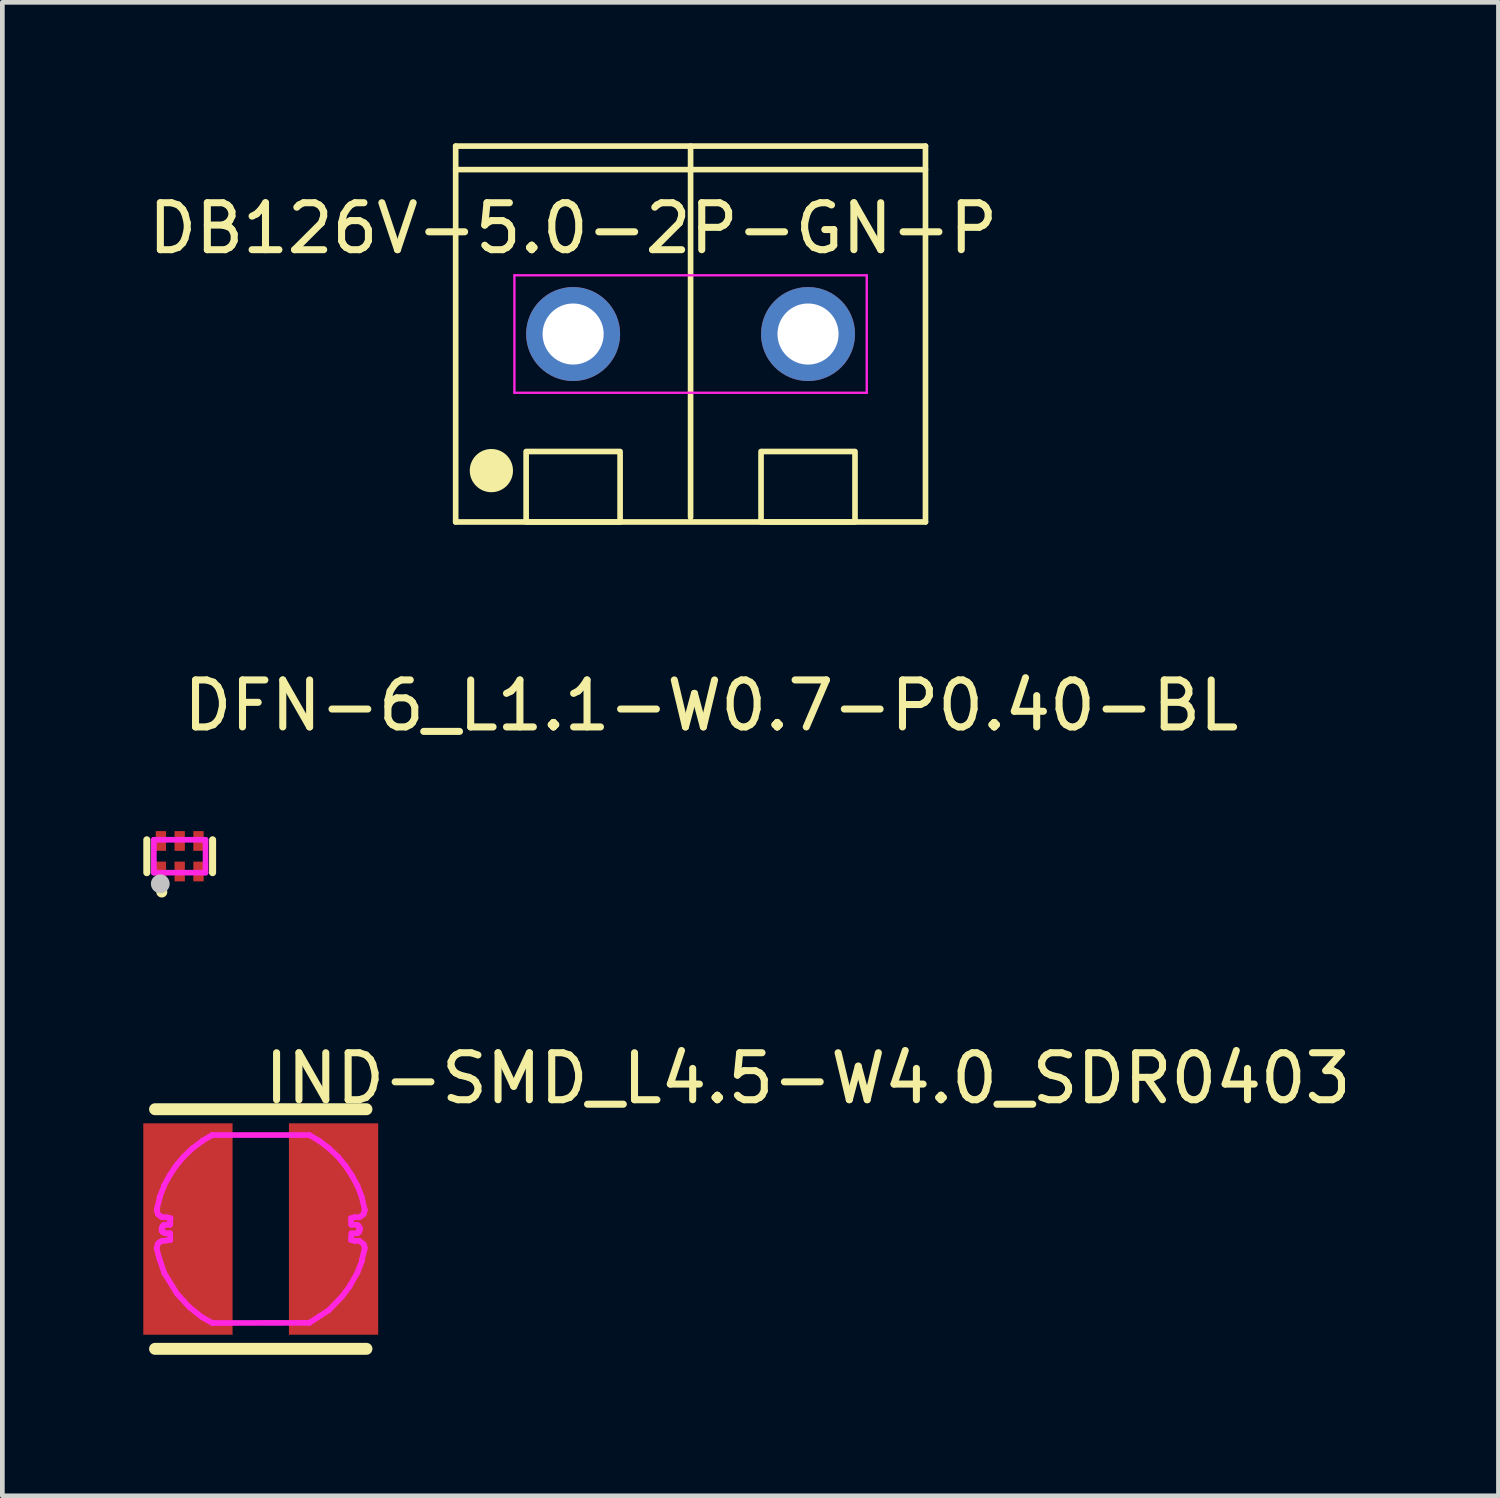
<source format=kicad_pcb>
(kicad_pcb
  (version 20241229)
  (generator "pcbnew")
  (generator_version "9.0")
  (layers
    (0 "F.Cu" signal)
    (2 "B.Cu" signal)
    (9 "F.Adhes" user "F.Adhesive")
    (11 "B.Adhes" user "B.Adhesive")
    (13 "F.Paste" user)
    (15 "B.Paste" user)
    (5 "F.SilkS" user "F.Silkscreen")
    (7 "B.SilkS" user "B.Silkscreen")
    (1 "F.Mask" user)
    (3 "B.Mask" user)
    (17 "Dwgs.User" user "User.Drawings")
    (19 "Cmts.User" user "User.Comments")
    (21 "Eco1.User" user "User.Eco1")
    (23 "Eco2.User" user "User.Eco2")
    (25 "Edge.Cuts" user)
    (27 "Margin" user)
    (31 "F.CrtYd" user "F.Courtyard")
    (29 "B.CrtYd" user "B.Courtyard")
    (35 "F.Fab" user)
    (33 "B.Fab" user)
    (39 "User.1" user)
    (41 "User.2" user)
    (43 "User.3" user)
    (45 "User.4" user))
  (footprint "DFN-6_L1.1-W0.7-P0.40-BL"
    (layer "F.Cu")
    (at 0.775 15.175)
    (property "Reference" "DFN-6_L1.1-W0.7-P0.40-BL" (at 0 -3.207 0) (layer "F.SilkS") (effects (font (size 1 1) (thickness 0.15)) (justify left)))
    (attr through_hole)
    (fp_line (start -0.7 -0.35) (end -0.7 0.35) (stroke (width 0.15) (type solid)) (layer "F.SilkS"))
    (fp_line (start 0.7 -0.35) (end 0.7 0.35) (stroke (width 0.15) (type solid)) (layer "F.SilkS"))
    (fp_circle (center -0.381 0.762) (end -0.313 0.762) (stroke (width 0.1) (type solid)) (fill no) (layer "F.SilkS"))
    (fp_circle (center -0.413 0.587) (end -0.313 0.587) (stroke (width 0.2) (type solid)) (fill no) (layer "Dwgs.User"))
    (fp_circle (center -0.55 0.361) (end -0.52 0.361) (stroke (width 0.06) (type solid)) (fill no) (layer "Eco2.User"))
    (fp_poly (pts (xy -0.3 -0.364) (xy -0.3 -0.114) (xy -0.5 -0.114) (xy -0.5 -0.364)) (stroke (width 0.12) (type solid)) (fill no) (layer "Eco2.User"))
    (fp_poly (pts (xy -0.3 0.111) (xy -0.3 0.361) (xy -0.5 0.361) (xy -0.5 0.111)) (stroke (width 0.12) (type solid)) (fill no) (layer "Eco2.User"))
    (fp_poly (pts (xy 0.1 -0.364) (xy 0.1 -0.114) (xy -0.1 -0.114) (xy -0.1 -0.364)) (stroke (width 0.12) (type solid)) (fill no) (layer "Eco2.User"))
    (fp_poly (pts (xy 0.1 0.111) (xy 0.1 0.361) (xy -0.1 0.361) (xy -0.1 0.111)) (stroke (width 0.12) (type solid)) (fill no) (layer "Eco2.User"))
    (fp_poly (pts (xy 0.5 -0.364) (xy 0.5 -0.114) (xy 0.3 -0.114) (xy 0.3 -0.364)) (stroke (width 0.12) (type solid)) (fill no) (layer "Eco2.User"))
    (fp_poly (pts (xy 0.5 0.111) (xy 0.5 0.361) (xy 0.3 0.361) (xy 0.3 0.111)) (stroke (width 0.12) (type solid)) (fill no) (layer "Eco2.User"))
    (fp_line (start -0.55 -0.35) (end 0.55 -0.35) (stroke (width 0.12) (type solid)) (layer "F.CrtYd"))
    (fp_line (start -0.55 0.35) (end -0.55 -0.35) (stroke (width 0.12) (type solid)) (layer "F.CrtYd"))
    (fp_line (start 0.55 -0.35) (end 0.55 0.35) (stroke (width 0.12) (type solid)) (layer "F.CrtYd"))
    (fp_line (start 0.55 0.35) (end -0.55 0.35) (stroke (width 0.12) (type solid)) (layer "F.CrtYd"))
    (pad "1" smd rect (at -0.4 0.325 90) (size 0.42 0.22) (layers "F.Cu" "F.Mask" "F.Paste"))
    (pad "2" smd rect (at 0 0.325 90) (size 0.42 0.22) (layers "F.Cu" "F.Mask" "F.Paste"))
    (pad "3" smd rect (at 0.4 0.325 90) (size 0.42 0.22) (layers "F.Cu" "F.Mask" "F.Paste"))
    (pad "4" smd rect (at 0.4 -0.325 90) (size 0.42 0.22) (layers "F.Cu" "F.Mask" "F.Paste"))
    (pad "5" smd rect (at 0 -0.325 90) (size 0.42 0.22) (layers "F.Cu" "F.Mask" "F.Paste"))
    (pad "6" smd rect (at -0.4 -0.325 90) (size 0.42 0.22) (layers "F.Cu" "F.Mask" "F.Paste")))
  (footprint "IND-SMD_L4.5-W4.0_SDR0403"
    (layer "F.Cu")
    (at 2.5 23.11)
    (property "Reference" "IND-SMD_L4.5-W4.0_SDR0403" (at 0 -3.207 0) (layer "F.SilkS") (effects (font (size 1 1) (thickness 0.15)) (justify left)))
    (attr through_hole)
    (fp_line (start -2.25 -2.55) (end 2.25 -2.55) (stroke (width 0.254) (type solid)) (layer "F.SilkS"))
    (fp_line (start 2.25 2.55) (end -2.25 2.55) (stroke (width 0.254) (type solid)) (layer "F.SilkS"))
    (fp_circle (center -2.23 2) (end -2.2 2) (stroke (width 0.06) (type solid)) (fill no) (layer "Eco2.User"))
    (fp_poly (pts (xy -0.73 2) (xy -1.04 2) (xy -1.31 1.82) (xy -1.58 1.6) (xy -1.86 1.27) (xy -2.07 0.9) (xy -2.23 0.37) (xy -2.22 -0.37) (xy -2.14 -0.72) (xy -2.02 -1.01) (xy -1.85 -1.27) (xy -1.65 -1.52) (xy -1.39 -1.77) (xy -1.03 -2) (xy -0.73 -2)) (stroke (width 0.12) (type solid)) (fill no) (layer "Eco2.User"))
    (fp_poly (pts (xy 0.73 -2) (xy 1.04 -2) (xy 1.31 -1.82) (xy 1.58 -1.6) (xy 1.86 -1.27) (xy 2.07 -0.9) (xy 2.23 -0.37) (xy 2.22 0.37) (xy 2.14 0.72) (xy 2.02 1.01) (xy 1.85 1.27) (xy 1.65 1.52) (xy 1.39 1.77) (xy 1.03 2) (xy 0.73 2)) (stroke (width 0.12) (type solid)) (fill no) (layer "Eco2.User"))
    (fp_line (start -2.216 0.41) (end -2.195 0.326) (stroke (width 0.12) (type solid)) (layer "F.CrtYd"))
    (fp_line (start -2.21 -0.389) (end -2.209 -0.43) (stroke (width 0.12) (type solid)) (layer "F.CrtYd"))
    (fp_line (start -2.209 -0.43) (end -2.151 -0.668) (stroke (width 0.12) (type solid)) (layer "F.CrtYd"))
    (fp_line (start -2.195 0.326) (end -2.165 0.288) (stroke (width 0.12) (type solid)) (layer "F.CrtYd"))
    (fp_line (start -2.19 -0.32) (end -2.21 -0.389) (stroke (width 0.12) (type solid)) (layer "F.CrtYd"))
    (fp_line (start -2.165 0.288) (end -2.107 0.255) (stroke (width 0.12) (type solid)) (layer "F.CrtYd"))
    (fp_line (start -2.162 0.618) (end -2.216 0.41) (stroke (width 0.12) (type solid)) (layer "F.CrtYd"))
    (fp_line (start -2.16 -0.29) (end -2.19 -0.32) (stroke (width 0.12) (type solid)) (layer "F.CrtYd"))
    (fp_line (start -2.152 -0.68) (end -2.06 -0.909) (stroke (width 0.12) (type solid)) (layer "F.CrtYd"))
    (fp_line (start -2.151 -0.668) (end -2.152 -0.68) (stroke (width 0.12) (type solid)) (layer "F.CrtYd"))
    (fp_line (start -2.11 0.031) (end -2.109 -0.03) (stroke (width 0.12) (type solid)) (layer "F.CrtYd"))
    (fp_line (start -2.109 -0.03) (end -2.081 -0.06) (stroke (width 0.12) (type solid)) (layer "F.CrtYd"))
    (fp_line (start -2.107 0.255) (end -2 0.244) (stroke (width 0.12) (type solid)) (layer "F.CrtYd"))
    (fp_line (start -2.1 -0.251) (end -2.16 -0.29) (stroke (width 0.12) (type solid)) (layer "F.CrtYd"))
    (fp_line (start -2.099 0.04) (end -2.11 0.031) (stroke (width 0.12) (type solid)) (layer "F.CrtYd"))
    (fp_line (start -2.089 0.06) (end -2.099 0.04) (stroke (width 0.12) (type solid)) (layer "F.CrtYd"))
    (fp_line (start -2.081 -0.06) (end -2.08 -0.069) (stroke (width 0.12) (type solid)) (layer "F.CrtYd"))
    (fp_line (start -2.08 -0.069) (end -2.07 -0.071) (stroke (width 0.12) (type solid)) (layer "F.CrtYd"))
    (fp_line (start -2.078 0.06) (end -2.089 0.06) (stroke (width 0.12) (type solid)) (layer "F.CrtYd"))
    (fp_line (start -2.07 -0.071) (end -2.069 -0.081) (stroke (width 0.12) (type solid)) (layer "F.CrtYd"))
    (fp_line (start -2.069 -0.081) (end -2.05 -0.09) (stroke (width 0.12) (type solid)) (layer "F.CrtYd"))
    (fp_line (start -2.06 -0.921) (end -1.941 -1.138) (stroke (width 0.12) (type solid)) (layer "F.CrtYd"))
    (fp_line (start -2.06 -0.909) (end -2.06 -0.921) (stroke (width 0.12) (type solid)) (layer "F.CrtYd"))
    (fp_line (start -2.058 0.08) (end -2.078 0.06) (stroke (width 0.12) (type solid)) (layer "F.CrtYd"))
    (fp_line (start -2.053 0.938) (end -2.162 0.618) (stroke (width 0.12) (type solid)) (layer "F.CrtYd"))
    (fp_line (start -2.05 -0.09) (end -1.929 -0.091) (stroke (width 0.12) (type solid)) (layer "F.CrtYd"))
    (fp_line (start -2.04 0.09) (end -2.058 0.08) (stroke (width 0.12) (type solid)) (layer "F.CrtYd"))
    (fp_line (start -2.001 -0.25) (end -2.1 -0.251) (stroke (width 0.12) (type solid)) (layer "F.CrtYd"))
    (fp_line (start -2 0.244) (end -1.924 0.232) (stroke (width 0.12) (type solid)) (layer "F.CrtYd"))
    (fp_line (start -1.941 -1.138) (end -1.799 -1.352) (stroke (width 0.12) (type solid)) (layer "F.CrtYd"))
    (fp_line (start -1.931 0.089) (end -2.04 0.09) (stroke (width 0.12) (type solid)) (layer "F.CrtYd"))
    (fp_line (start -1.93 -0.163) (end -1.921 -0.23) (stroke (width 0.12) (type solid)) (layer "F.CrtYd"))
    (fp_line (start -1.929 -0.091) (end -1.93 -0.163) (stroke (width 0.12) (type solid)) (layer "F.CrtYd"))
    (fp_line (start -1.924 0.232) (end -1.931 0.089) (stroke (width 0.12) (type solid)) (layer "F.CrtYd"))
    (fp_line (start -1.921 -0.23) (end -2.001 -0.25) (stroke (width 0.12) (type solid)) (layer "F.CrtYd"))
    (fp_line (start -1.799 -1.352) (end -1.64 -1.54) (stroke (width 0.12) (type solid)) (layer "F.CrtYd"))
    (fp_line (start -1.779 1.38) (end -2.053 0.938) (stroke (width 0.12) (type solid)) (layer "F.CrtYd"))
    (fp_line (start -1.64 -1.54) (end -1.453 -1.719) (stroke (width 0.12) (type solid)) (layer "F.CrtYd"))
    (fp_line (start -1.52 1.662) (end -1.779 1.38) (stroke (width 0.12) (type solid)) (layer "F.CrtYd"))
    (fp_line (start -1.453 -1.719) (end -1.245 -1.873) (stroke (width 0.12) (type solid)) (layer "F.CrtYd"))
    (fp_line (start -1.253 1.875) (end -1.52 1.662) (stroke (width 0.12) (type solid)) (layer "F.CrtYd"))
    (fp_line (start -1.245 -1.873) (end -1.24 -1.88) (stroke (width 0.12) (type solid)) (layer "F.CrtYd"))
    (fp_line (start -1.24 -1.88) (end -1.032 -2.001) (stroke (width 0.12) (type solid)) (layer "F.CrtYd"))
    (fp_line (start -1.032 -2.001) (end -1.032 -2.001) (stroke (width 0.12) (type solid)) (layer "F.CrtYd"))
    (fp_line (start -1.032 -2.001) (end 1.035 -2.001) (stroke (width 0.12) (type solid)) (layer "F.CrtYd"))
    (fp_line (start -1.032 2) (end -1.253 1.875) (stroke (width 0.12) (type solid)) (layer "F.CrtYd"))
    (fp_line (start 1.033 1.997) (end -1.032 2) (stroke (width 0.12) (type solid)) (layer "F.CrtYd"))
    (fp_line (start 1.035 -2.001) (end 1.246 -1.876) (stroke (width 0.12) (type solid)) (layer "F.CrtYd"))
    (fp_line (start 1.246 -1.876) (end 1.447 -1.724) (stroke (width 0.12) (type solid)) (layer "F.CrtYd"))
    (fp_line (start 1.447 -1.724) (end 1.648 -1.534) (stroke (width 0.12) (type solid)) (layer "F.CrtYd"))
    (fp_line (start 1.449 1.728) (end 1.033 1.997) (stroke (width 0.12) (type solid)) (layer "F.CrtYd"))
    (fp_line (start 1.648 -1.534) (end 1.804 -1.343) (stroke (width 0.12) (type solid)) (layer "F.CrtYd"))
    (fp_line (start 1.729 1.438) (end 1.449 1.728) (stroke (width 0.12) (type solid)) (layer "F.CrtYd"))
    (fp_line (start 1.804 -1.343) (end 1.943 -1.134) (stroke (width 0.12) (type solid)) (layer "F.CrtYd"))
    (fp_line (start 1.889 1.225) (end 1.729 1.438) (stroke (width 0.12) (type solid)) (layer "F.CrtYd"))
    (fp_line (start 1.919 -0.229) (end 1.928 -0.09) (stroke (width 0.12) (type solid)) (layer "F.CrtYd"))
    (fp_line (start 1.919 0.232) (end 2.003 0.253) (stroke (width 0.12) (type solid)) (layer "F.CrtYd"))
    (fp_line (start 1.928 -0.09) (end 2.043 -0.09) (stroke (width 0.12) (type solid)) (layer "F.CrtYd"))
    (fp_line (start 1.928 0.154) (end 1.919 0.232) (stroke (width 0.12) (type solid)) (layer "F.CrtYd"))
    (fp_line (start 1.931 0.092) (end 1.928 0.154) (stroke (width 0.12) (type solid)) (layer "F.CrtYd"))
    (fp_line (start 1.943 -1.134) (end 2.059 -0.919) (stroke (width 0.12) (type solid)) (layer "F.CrtYd"))
    (fp_line (start 1.994 -0.251) (end 1.919 -0.229) (stroke (width 0.12) (type solid)) (layer "F.CrtYd"))
    (fp_line (start 2.003 0.253) (end 2.096 0.25) (stroke (width 0.12) (type solid)) (layer "F.CrtYd"))
    (fp_line (start 2.043 -0.09) (end 2.062 -0.078) (stroke (width 0.12) (type solid)) (layer "F.CrtYd"))
    (fp_line (start 2.055 0.092) (end 1.931 0.092) (stroke (width 0.12) (type solid)) (layer "F.CrtYd"))
    (fp_line (start 2.058 0.928) (end 1.889 1.225) (stroke (width 0.12) (type solid)) (layer "F.CrtYd"))
    (fp_line (start 2.059 -0.919) (end 2.15 -0.681) (stroke (width 0.12) (type solid)) (layer "F.CrtYd"))
    (fp_line (start 2.062 -0.078) (end 2.069 -0.081) (stroke (width 0.12) (type solid)) (layer "F.CrtYd"))
    (fp_line (start 2.068 0.069) (end 2.055 0.092) (stroke (width 0.12) (type solid)) (layer "F.CrtYd"))
    (fp_line (start 2.069 -0.081) (end 2.079 -0.068) (stroke (width 0.12) (type solid)) (layer "F.CrtYd"))
    (fp_line (start 2.079 -0.068) (end 2.081 -0.055) (stroke (width 0.12) (type solid)) (layer "F.CrtYd"))
    (fp_line (start 2.081 -0.055) (end 2.098 -0.043) (stroke (width 0.12) (type solid)) (layer "F.CrtYd"))
    (fp_line (start 2.091 0.063) (end 2.068 0.069) (stroke (width 0.12) (type solid)) (layer "F.CrtYd"))
    (fp_line (start 2.092 0.05) (end 2.091 0.063) (stroke (width 0.12) (type solid)) (layer "F.CrtYd"))
    (fp_line (start 2.096 0.25) (end 2.191 0.322) (stroke (width 0.12) (type solid)) (layer "F.CrtYd"))
    (fp_line (start 2.098 -0.043) (end 2.098 -0.03) (stroke (width 0.12) (type solid)) (layer "F.CrtYd"))
    (fp_line (start 2.098 -0.03) (end 2.114 -0.011) (stroke (width 0.12) (type solid)) (layer "F.CrtYd"))
    (fp_line (start 2.101 -0.251) (end 1.994 -0.251) (stroke (width 0.12) (type solid)) (layer "F.CrtYd"))
    (fp_line (start 2.11 0.018) (end 2.092 0.05) (stroke (width 0.12) (type solid)) (layer "F.CrtYd"))
    (fp_line (start 2.114 -0.011) (end 2.11 0.018) (stroke (width 0.12) (type solid)) (layer "F.CrtYd"))
    (fp_line (start 2.15 -0.681) (end 2.213 -0.412) (stroke (width 0.12) (type solid)) (layer "F.CrtYd"))
    (fp_line (start 2.15 0.666) (end 2.152 0.684) (stroke (width 0.12) (type solid)) (layer "F.CrtYd"))
    (fp_line (start 2.152 0.684) (end 2.058 0.928) (stroke (width 0.12) (type solid)) (layer "F.CrtYd"))
    (fp_line (start 2.189 -0.316) (end 2.101 -0.251) (stroke (width 0.12) (type solid)) (layer "F.CrtYd"))
    (fp_line (start 2.191 0.322) (end 2.213 0.394) (stroke (width 0.12) (type solid)) (layer "F.CrtYd"))
    (fp_line (start 2.196 -0.337) (end 2.189 -0.316) (stroke (width 0.12) (type solid)) (layer "F.CrtYd"))
    (fp_line (start 2.21 0.429) (end 2.15 0.666) (stroke (width 0.12) (type solid)) (layer "F.CrtYd"))
    (fp_line (start 2.211 -0.392) (end 2.196 -0.337) (stroke (width 0.12) (type solid)) (layer "F.CrtYd"))
    (fp_line (start 2.213 -0.412) (end 2.211 -0.392) (stroke (width 0.12) (type solid)) (layer "F.CrtYd"))
    (fp_line (start 2.213 0.394) (end 2.21 0.429) (stroke (width 0.12) (type solid)) (layer "F.CrtYd"))
    (pad "1" smd rect (at -1.55 0 90) (size 4.5 1.9) (layers "F.Cu" "F.Mask" "F.Paste"))
    (pad "2" smd rect (at 1.55 0 90) (size 4.5 1.9) (layers "F.Cu" "F.Mask" "F.Paste")))
  (footprint "DB126V-5.0-2P-GN-P"
    (layer "F.Cu")
    (at 11.649 4.06)
    (property "Reference" "DB126V-5.0-2P-GN-P" (at -2.5 -2.25 0) (layer "F.SilkS") (effects (font (size 1 1) (thickness 0.15))))
    (fp_line (start -5 -4) (end 5 -4) (stroke (width 0.12) (type solid)) (layer "F.SilkS"))
    (fp_line (start -5 -3.5) (end 5 -3.5) (stroke (width 0.12) (type solid)) (layer "F.SilkS"))
    (fp_line (start -5 4) (end -5 -4) (stroke (width 0.12) (type solid)) (layer "F.SilkS"))
    (fp_line (start 0 -4) (end 0 3.9) (stroke (width 0.12) (type solid)) (layer "F.SilkS"))
    (fp_line (start 5 -4) (end 5 4) (stroke (width 0.12) (type solid)) (layer "F.SilkS"))
    (fp_line (start 5 4) (end -5 4) (stroke (width 0.12) (type solid)) (layer "F.SilkS"))
    (fp_rect (start -3.5 4) (end -1.5 2.5) (stroke (width 0.12) (type solid)) (fill no) (layer "F.SilkS"))
    (fp_rect (start 1.5 4) (end 3.5 2.5) (stroke (width 0.12) (type solid)) (fill no) (layer "F.SilkS"))
    (fp_circle (center -4.24 2.907) (end -3.84 2.907) (stroke (width 0.12) (type solid)) (fill yes) (layer "F.SilkS"))
    (fp_line (start -3.75 -1.25) (end 3.75 -1.25) (stroke (width 0.05) (type solid)) (layer "F.CrtYd"))
    (fp_line (start -3.75 1.25) (end -3.75 -1.25) (stroke (width 0.05) (type solid)) (layer "F.CrtYd"))
    (fp_line (start 3.75 -1.25) (end 3.75 1.25) (stroke (width 0.05) (type solid)) (layer "F.CrtYd"))
    (fp_line (start 3.75 1.25) (end -3.75 1.25) (stroke (width 0.05) (type solid)) (layer "F.CrtYd"))
    (pad "1" thru_hole circle (at -2.5 0) (size 2 2) (drill 1.3) (layers "*.Cu" "*.Mask"))
    (pad "2" thru_hole circle (at 2.5 0) (size 2 2) (drill 1.3) (layers "*.Cu" "*.Mask")))
  (gr_rect
    (start -3 -3)
    (end 28.845 28.788)
    (stroke (width 0.1) (type default))
    (fill no)
    (layer "Edge.Cuts")))
</source>
